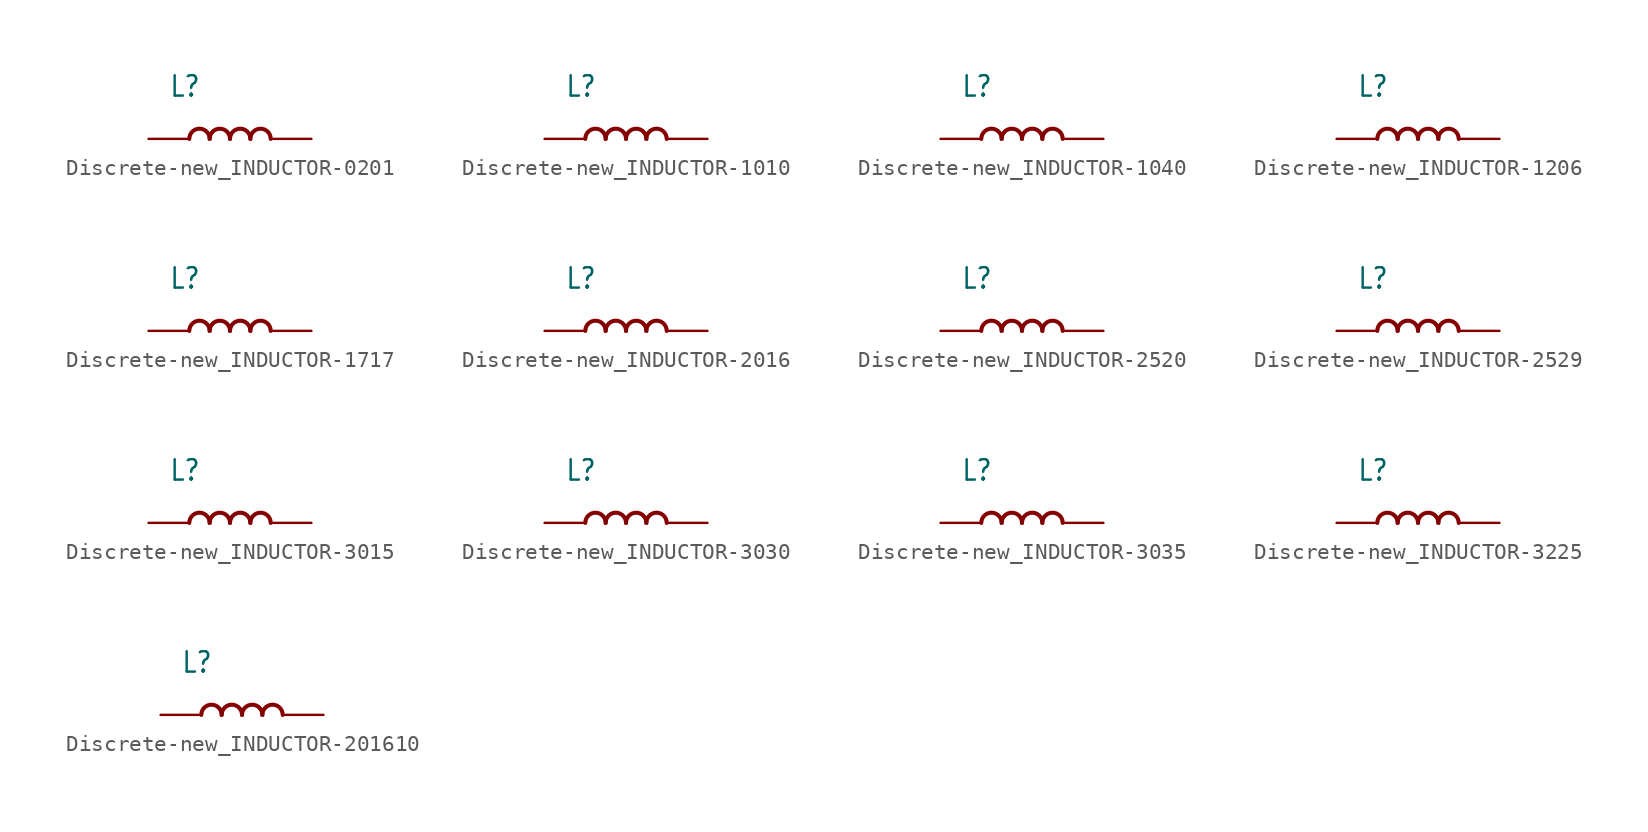
<source format=kicad_sym>
(kicad_symbol_lib
  (version 20231120)
  (generator "kicad_symbol_editor")
  (generator_version "8.0")
  (symbol "Discrete-new_INDUCTOR-0201"
    (property "Reference" "L"
      (at -3.81 2.54 0)
      (effects (font (size 1.27 1.079)) (justify left bottom)))
    (property "Value" ""
      (at -3.81 1.27 0)
      (effects (font (size 1.27 1.079)) (justify left bottom)))
    (property "ki_locked" ""
      (at 0 0 0)
      (effects (font (size 1.27 1.27))))
    (symbol "Discrete-new_INDUCTOR-0201_1_0"
      (arc (start -1.27 0) (mid -1.905 0.635) (end -2.54 0) (stroke (width 0.254) (type solid)) (fill (type none)))
      (arc (start 0 0) (mid -0.635 0.635) (end -1.27 0) (stroke (width 0.254) (type solid)) (fill (type none)))
      (arc (start 1.27 0) (mid 0.635 0.635) (end 0 0) (stroke (width 0.254) (type solid)) (fill (type none)))
      (arc (start 2.54 0) (mid 1.905 0.635) (end 1.27 0) (stroke (width 0.254) (type solid)) (fill (type none)))
      (pin passive line (at -5.08 0 0) (length 2.54) (name "1" (effects (font (size 0 0)))) (number "1" (effects (font (size 0 0)))))
      (pin passive line (at 5.08 0 180) (length 2.54) (name "2" (effects (font (size 0 0)))) (number "2" (effects (font (size 0 0)))))))
  (symbol "Discrete-new_INDUCTOR-1010"
    (property "Reference" "L"
      (at -3.81 2.54 0)
      (effects (font (size 1.27 1.079)) (justify left bottom)))
    (property "Value" ""
      (at -3.81 1.27 0)
      (effects (font (size 1.27 1.079)) (justify left bottom)))
    (property "ki_locked" ""
      (at 0 0 0)
      (effects (font (size 1.27 1.27))))
    (symbol "Discrete-new_INDUCTOR-1010_1_0"
      (arc (start -1.27 0) (mid -1.905 0.635) (end -2.54 0) (stroke (width 0.254) (type solid)) (fill (type none)))
      (arc (start 0 0) (mid -0.635 0.635) (end -1.27 0) (stroke (width 0.254) (type solid)) (fill (type none)))
      (arc (start 1.27 0) (mid 0.635 0.635) (end 0 0) (stroke (width 0.254) (type solid)) (fill (type none)))
      (arc (start 2.54 0) (mid 1.905 0.635) (end 1.27 0) (stroke (width 0.254) (type solid)) (fill (type none)))
      (pin passive line (at -5.08 0 0) (length 2.54) (name "1" (effects (font (size 0 0)))) (number "1" (effects (font (size 0 0)))))
      (pin passive line (at 5.08 0 180) (length 2.54) (name "2" (effects (font (size 0 0)))) (number "2" (effects (font (size 0 0)))))))
  (symbol "Discrete-new_INDUCTOR-1040"
    (property "Reference" "L"
      (at -3.81 2.54 0)
      (effects (font (size 1.27 1.079)) (justify left bottom)))
    (property "Value" ""
      (at -3.81 1.27 0)
      (effects (font (size 1.27 1.079)) (justify left bottom)))
    (property "ki_locked" ""
      (at 0 0 0)
      (effects (font (size 1.27 1.27))))
    (symbol "Discrete-new_INDUCTOR-1040_1_0"
      (arc (start -1.27 0) (mid -1.905 0.635) (end -2.54 0) (stroke (width 0.254) (type solid)) (fill (type none)))
      (arc (start 0 0) (mid -0.635 0.635) (end -1.27 0) (stroke (width 0.254) (type solid)) (fill (type none)))
      (arc (start 1.27 0) (mid 0.635 0.635) (end 0 0) (stroke (width 0.254) (type solid)) (fill (type none)))
      (arc (start 2.54 0) (mid 1.905 0.635) (end 1.27 0) (stroke (width 0.254) (type solid)) (fill (type none)))
      (pin passive line (at -5.08 0 0) (length 2.54) (name "1" (effects (font (size 0 0)))) (number "1" (effects (font (size 0 0)))))
      (pin passive line (at 5.08 0 180) (length 2.54) (name "2" (effects (font (size 0 0)))) (number "2" (effects (font (size 0 0)))))))
  (symbol "Discrete-new_INDUCTOR-1206"
    (property "Reference" "L"
      (at -3.81 2.54 0)
      (effects (font (size 1.27 1.079)) (justify left bottom)))
    (property "Value" ""
      (at -3.81 1.27 0)
      (effects (font (size 1.27 1.079)) (justify left bottom)))
    (property "ki_locked" ""
      (at 0 0 0)
      (effects (font (size 1.27 1.27))))
    (symbol "Discrete-new_INDUCTOR-1206_1_0"
      (arc (start -1.27 0) (mid -1.905 0.635) (end -2.54 0) (stroke (width 0.254) (type solid)) (fill (type none)))
      (arc (start 0 0) (mid -0.635 0.635) (end -1.27 0) (stroke (width 0.254) (type solid)) (fill (type none)))
      (arc (start 1.27 0) (mid 0.635 0.635) (end 0 0) (stroke (width 0.254) (type solid)) (fill (type none)))
      (arc (start 2.54 0) (mid 1.905 0.635) (end 1.27 0) (stroke (width 0.254) (type solid)) (fill (type none)))
      (pin passive line (at -5.08 0 0) (length 2.54) (name "1" (effects (font (size 0 0)))) (number "1" (effects (font (size 0 0)))))
      (pin passive line (at 5.08 0 180) (length 2.54) (name "2" (effects (font (size 0 0)))) (number "2" (effects (font (size 0 0)))))))
  (symbol "Discrete-new_INDUCTOR-1717"
    (property "Reference" "L"
      (at -3.81 2.54 0)
      (effects (font (size 1.27 1.079)) (justify left bottom)))
    (property "Value" ""
      (at -3.81 1.27 0)
      (effects (font (size 1.27 1.079)) (justify left bottom)))
    (property "ki_locked" ""
      (at 0 0 0)
      (effects (font (size 1.27 1.27))))
    (symbol "Discrete-new_INDUCTOR-1717_1_0"
      (arc (start -1.27 0) (mid -1.905 0.635) (end -2.54 0) (stroke (width 0.254) (type solid)) (fill (type none)))
      (arc (start 0 0) (mid -0.635 0.635) (end -1.27 0) (stroke (width 0.254) (type solid)) (fill (type none)))
      (arc (start 1.27 0) (mid 0.635 0.635) (end 0 0) (stroke (width 0.254) (type solid)) (fill (type none)))
      (arc (start 2.54 0) (mid 1.905 0.635) (end 1.27 0) (stroke (width 0.254) (type solid)) (fill (type none)))
      (pin passive line (at -5.08 0 0) (length 2.54) (name "1" (effects (font (size 0 0)))) (number "1" (effects (font (size 0 0)))))
      (pin passive line (at 5.08 0 180) (length 2.54) (name "2" (effects (font (size 0 0)))) (number "2" (effects (font (size 0 0)))))))
  (symbol "Discrete-new_INDUCTOR-2016"
    (property "Reference" "L"
      (at -3.81 2.54 0)
      (effects (font (size 1.27 1.079)) (justify left bottom)))
    (property "Value" ""
      (at -3.81 1.27 0)
      (effects (font (size 1.27 1.079)) (justify left bottom)))
    (property "ki_locked" ""
      (at 0 0 0)
      (effects (font (size 1.27 1.27))))
    (symbol "Discrete-new_INDUCTOR-2016_1_0"
      (arc (start -1.27 0) (mid -1.905 0.635) (end -2.54 0) (stroke (width 0.254) (type solid)) (fill (type none)))
      (arc (start 0 0) (mid -0.635 0.635) (end -1.27 0) (stroke (width 0.254) (type solid)) (fill (type none)))
      (arc (start 1.27 0) (mid 0.635 0.635) (end 0 0) (stroke (width 0.254) (type solid)) (fill (type none)))
      (arc (start 2.54 0) (mid 1.905 0.635) (end 1.27 0) (stroke (width 0.254) (type solid)) (fill (type none)))
      (pin passive line (at -5.08 0 0) (length 2.54) (name "1" (effects (font (size 0 0)))) (number "1" (effects (font (size 0 0)))))
      (pin passive line (at 5.08 0 180) (length 2.54) (name "2" (effects (font (size 0 0)))) (number "2" (effects (font (size 0 0)))))))
  (symbol "Discrete-new_INDUCTOR-2520"
    (property "Reference" "L"
      (at -3.81 2.54 0)
      (effects (font (size 1.27 1.079)) (justify left bottom)))
    (property "Value" ""
      (at -3.81 1.27 0)
      (effects (font (size 1.27 1.079)) (justify left bottom)))
    (property "ki_locked" ""
      (at 0 0 0)
      (effects (font (size 1.27 1.27))))
    (symbol "Discrete-new_INDUCTOR-2520_1_0"
      (arc (start -1.27 0) (mid -1.905 0.635) (end -2.54 0) (stroke (width 0.254) (type solid)) (fill (type none)))
      (arc (start 0 0) (mid -0.635 0.635) (end -1.27 0) (stroke (width 0.254) (type solid)) (fill (type none)))
      (arc (start 1.27 0) (mid 0.635 0.635) (end 0 0) (stroke (width 0.254) (type solid)) (fill (type none)))
      (arc (start 2.54 0) (mid 1.905 0.635) (end 1.27 0) (stroke (width 0.254) (type solid)) (fill (type none)))
      (pin passive line (at -5.08 0 0) (length 2.54) (name "1" (effects (font (size 0 0)))) (number "1" (effects (font (size 0 0)))))
      (pin passive line (at 5.08 0 180) (length 2.54) (name "2" (effects (font (size 0 0)))) (number "2" (effects (font (size 0 0)))))))
  (symbol "Discrete-new_INDUCTOR-2529"
    (property "Reference" "L"
      (at -3.81 2.54 0)
      (effects (font (size 1.27 1.079)) (justify left bottom)))
    (property "Value" ""
      (at -3.81 1.27 0)
      (effects (font (size 1.27 1.079)) (justify left bottom)))
    (property "ki_locked" ""
      (at 0 0 0)
      (effects (font (size 1.27 1.27))))
    (symbol "Discrete-new_INDUCTOR-2529_1_0"
      (arc (start -1.27 0) (mid -1.905 0.635) (end -2.54 0) (stroke (width 0.254) (type solid)) (fill (type none)))
      (arc (start 0 0) (mid -0.635 0.635) (end -1.27 0) (stroke (width 0.254) (type solid)) (fill (type none)))
      (arc (start 1.27 0) (mid 0.635 0.635) (end 0 0) (stroke (width 0.254) (type solid)) (fill (type none)))
      (arc (start 2.54 0) (mid 1.905 0.635) (end 1.27 0) (stroke (width 0.254) (type solid)) (fill (type none)))
      (pin passive line (at -5.08 0 0) (length 2.54) (name "1" (effects (font (size 0 0)))) (number "1" (effects (font (size 0 0)))))
      (pin passive line (at 5.08 0 180) (length 2.54) (name "2" (effects (font (size 0 0)))) (number "2" (effects (font (size 0 0)))))))
  (symbol "Discrete-new_INDUCTOR-3015"
    (property "Reference" "L"
      (at -3.81 2.54 0)
      (effects (font (size 1.27 1.079)) (justify left bottom)))
    (property "Value" ""
      (at -3.81 1.27 0)
      (effects (font (size 1.27 1.079)) (justify left bottom)))
    (property "ki_locked" ""
      (at 0 0 0)
      (effects (font (size 1.27 1.27))))
    (symbol "Discrete-new_INDUCTOR-3015_1_0"
      (arc (start -1.27 0) (mid -1.905 0.635) (end -2.54 0) (stroke (width 0.254) (type solid)) (fill (type none)))
      (arc (start 0 0) (mid -0.635 0.635) (end -1.27 0) (stroke (width 0.254) (type solid)) (fill (type none)))
      (arc (start 1.27 0) (mid 0.635 0.635) (end 0 0) (stroke (width 0.254) (type solid)) (fill (type none)))
      (arc (start 2.54 0) (mid 1.905 0.635) (end 1.27 0) (stroke (width 0.254) (type solid)) (fill (type none)))
      (pin passive line (at -5.08 0 0) (length 2.54) (name "1" (effects (font (size 0 0)))) (number "1" (effects (font (size 0 0)))))
      (pin passive line (at 5.08 0 180) (length 2.54) (name "2" (effects (font (size 0 0)))) (number "2" (effects (font (size 0 0)))))))
  (symbol "Discrete-new_INDUCTOR-3030"
    (property "Reference" "L"
      (at -3.81 2.54 0)
      (effects (font (size 1.27 1.079)) (justify left bottom)))
    (property "Value" ""
      (at -3.81 1.27 0)
      (effects (font (size 1.27 1.079)) (justify left bottom)))
    (property "ki_locked" ""
      (at 0 0 0)
      (effects (font (size 1.27 1.27))))
    (symbol "Discrete-new_INDUCTOR-3030_1_0"
      (arc (start -1.27 0) (mid -1.905 0.635) (end -2.54 0) (stroke (width 0.254) (type solid)) (fill (type none)))
      (arc (start 0 0) (mid -0.635 0.635) (end -1.27 0) (stroke (width 0.254) (type solid)) (fill (type none)))
      (arc (start 1.27 0) (mid 0.635 0.635) (end 0 0) (stroke (width 0.254) (type solid)) (fill (type none)))
      (arc (start 2.54 0) (mid 1.905 0.635) (end 1.27 0) (stroke (width 0.254) (type solid)) (fill (type none)))
      (pin passive line (at -5.08 0 0) (length 2.54) (name "1" (effects (font (size 0 0)))) (number "1" (effects (font (size 0 0)))))
      (pin passive line (at 5.08 0 180) (length 2.54) (name "2" (effects (font (size 0 0)))) (number "2" (effects (font (size 0 0)))))))
  (symbol "Discrete-new_INDUCTOR-3035"
    (property "Reference" "L"
      (at -3.81 2.54 0)
      (effects (font (size 1.27 1.079)) (justify left bottom)))
    (property "Value" ""
      (at -3.81 1.27 0)
      (effects (font (size 1.27 1.079)) (justify left bottom)))
    (property "ki_locked" ""
      (at 0 0 0)
      (effects (font (size 1.27 1.27))))
    (symbol "Discrete-new_INDUCTOR-3035_1_0"
      (arc (start -1.27 0) (mid -1.905 0.635) (end -2.54 0) (stroke (width 0.254) (type solid)) (fill (type none)))
      (arc (start 0 0) (mid -0.635 0.635) (end -1.27 0) (stroke (width 0.254) (type solid)) (fill (type none)))
      (arc (start 1.27 0) (mid 0.635 0.635) (end 0 0) (stroke (width 0.254) (type solid)) (fill (type none)))
      (arc (start 2.54 0) (mid 1.905 0.635) (end 1.27 0) (stroke (width 0.254) (type solid)) (fill (type none)))
      (pin passive line (at -5.08 0 0) (length 2.54) (name "1" (effects (font (size 0 0)))) (number "1" (effects (font (size 0 0)))))
      (pin passive line (at 5.08 0 180) (length 2.54) (name "2" (effects (font (size 0 0)))) (number "2" (effects (font (size 0 0)))))))
  (symbol "Discrete-new_INDUCTOR-3225"
    (property "Reference" "L"
      (at -3.81 2.54 0)
      (effects (font (size 1.27 1.079)) (justify left bottom)))
    (property "Value" ""
      (at -3.81 1.27 0)
      (effects (font (size 1.27 1.079)) (justify left bottom)))
    (property "ki_locked" ""
      (at 0 0 0)
      (effects (font (size 1.27 1.27))))
    (symbol "Discrete-new_INDUCTOR-3225_1_0"
      (arc (start -1.27 0) (mid -1.905 0.635) (end -2.54 0) (stroke (width 0.254) (type solid)) (fill (type none)))
      (arc (start 0 0) (mid -0.635 0.635) (end -1.27 0) (stroke (width 0.254) (type solid)) (fill (type none)))
      (arc (start 1.27 0) (mid 0.635 0.635) (end 0 0) (stroke (width 0.254) (type solid)) (fill (type none)))
      (arc (start 2.54 0) (mid 1.905 0.635) (end 1.27 0) (stroke (width 0.254) (type solid)) (fill (type none)))
      (pin passive line (at -5.08 0 0) (length 2.54) (name "1" (effects (font (size 0 0)))) (number "1" (effects (font (size 0 0)))))
      (pin passive line (at 5.08 0 180) (length 2.54) (name "2" (effects (font (size 0 0)))) (number "2" (effects (font (size 0 0)))))))
  (symbol "Discrete-new_INDUCTOR-201610"
    (property "Reference" "L"
      (at -3.81 2.54 0)
      (effects (font (size 1.27 1.079)) (justify left bottom)))
    (property "Value" ""
      (at -3.81 1.27 0)
      (effects (font (size 1.27 1.079)) (justify left bottom)))
    (property "ki_locked" ""
      (at 0 0 0)
      (effects (font (size 1.27 1.27))))
    (symbol "Discrete-new_INDUCTOR-201610_1_0"
      (arc (start -1.27 0) (mid -1.905 0.635) (end -2.54 0) (stroke (width 0.254) (type solid)) (fill (type none)))
      (arc (start 0 0) (mid -0.635 0.635) (end -1.27 0) (stroke (width 0.254) (type solid)) (fill (type none)))
      (arc (start 1.27 0) (mid 0.635 0.635) (end 0 0) (stroke (width 0.254) (type solid)) (fill (type none)))
      (arc (start 2.54 0) (mid 1.905 0.635) (end 1.27 0) (stroke (width 0.254) (type solid)) (fill (type none)))
      (pin passive line (at -5.08 0 0) (length 2.54) (name "1" (effects (font (size 0 0)))) (number "1" (effects (font (size 0 0)))))
      (pin passive line (at 5.08 0 180) (length 2.54) (name "2" (effects (font (size 0 0)))) (number "2" (effects (font (size 0 0))))))))
</source>
